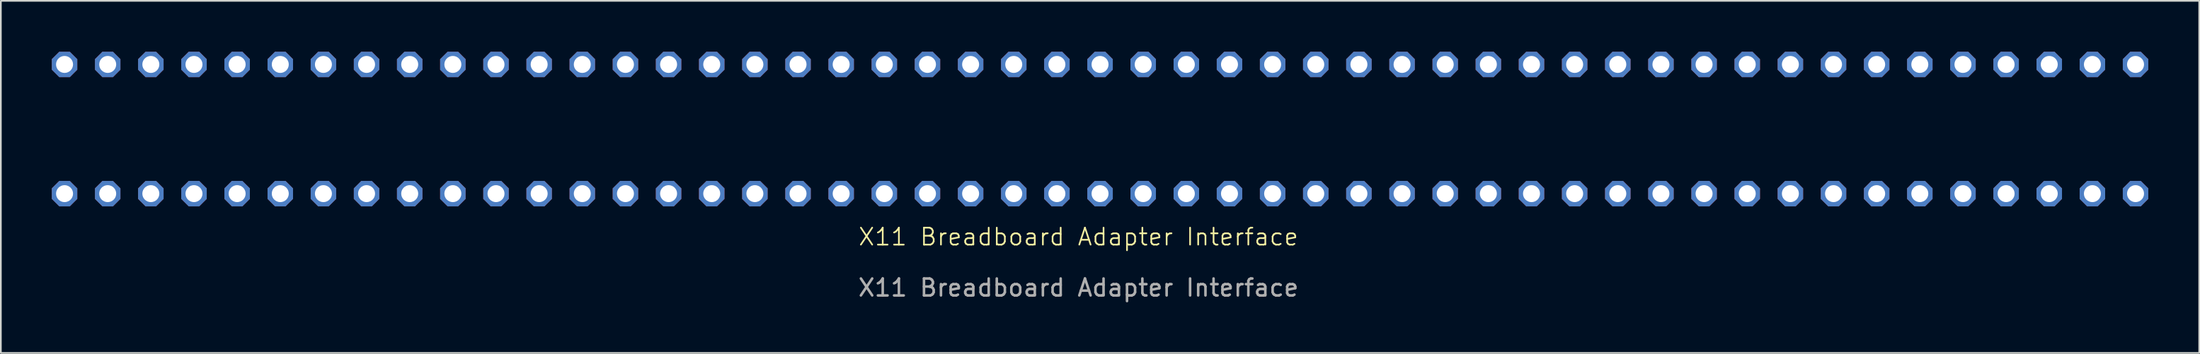
<source format=kicad_pcb>
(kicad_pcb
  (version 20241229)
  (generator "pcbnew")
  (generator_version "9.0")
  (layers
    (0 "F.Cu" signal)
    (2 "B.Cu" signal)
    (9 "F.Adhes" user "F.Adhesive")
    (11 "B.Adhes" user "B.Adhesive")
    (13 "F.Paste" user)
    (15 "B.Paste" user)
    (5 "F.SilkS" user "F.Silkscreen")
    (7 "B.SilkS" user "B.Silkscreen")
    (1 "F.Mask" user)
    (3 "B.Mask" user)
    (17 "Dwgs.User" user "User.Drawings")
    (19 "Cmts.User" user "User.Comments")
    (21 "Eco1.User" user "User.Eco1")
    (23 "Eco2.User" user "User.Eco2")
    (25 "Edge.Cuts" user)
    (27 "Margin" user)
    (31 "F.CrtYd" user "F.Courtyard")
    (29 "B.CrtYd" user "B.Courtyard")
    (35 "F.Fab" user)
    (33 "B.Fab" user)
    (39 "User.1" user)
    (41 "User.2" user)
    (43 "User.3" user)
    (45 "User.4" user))
  (footprint "X11 Breadboard Adapter Interface"
    (layer "F.Cu")
    (at 60.44 2.02)
    (property "Reference" "X11 Breadboard Adapter Interface" (at 0 8.898 0) (unlocked yes) (layer "F.SilkS") (effects (font (size 1 1) (thickness 0.1))))
    (attr through_hole)
    (fp_text user "${REFERENCE}" (at 0 11.898 0) (unlocked yes) (layer "F.Fab") (effects (font (size 1 1) (thickness 0.15))))
    (pad "1" thru_hole roundrect (at 62.23 6.35 180) (size 1.5 1.5) (drill 1) (layers "*.Cu" "*.Mask") (roundrect_rratio 0.25) (chamfer_ratio 0.293) (chamfer top_left top_right bottom_left bottom_right))
    (pad "2" thru_hole roundrect (at 62.23 -1.27 180) (size 1.5 1.5) (drill 1) (layers "*.Cu" "*.Mask") (roundrect_rratio 0.25) (chamfer_ratio 0.293) (chamfer top_left top_right bottom_left bottom_right))
    (pad "3" thru_hole roundrect (at 59.69 6.35 180) (size 1.5 1.5) (drill 1) (layers "*.Cu" "*.Mask") (roundrect_rratio 0.25) (chamfer_ratio 0.293) (chamfer top_left top_right bottom_left bottom_right))
    (pad "4" thru_hole roundrect (at 59.69 -1.27 180) (size 1.5 1.5) (drill 1) (layers "*.Cu" "*.Mask") (roundrect_rratio 0.25) (chamfer_ratio 0.293) (chamfer top_left top_right bottom_left bottom_right))
    (pad "5" thru_hole roundrect (at 57.15 6.35 180) (size 1.5 1.5) (drill 1) (layers "*.Cu" "*.Mask") (roundrect_rratio 0.25) (chamfer_ratio 0.293) (chamfer top_left top_right bottom_left bottom_right))
    (pad "6" thru_hole roundrect (at 57.15 -1.27 180) (size 1.5 1.5) (drill 1) (layers "*.Cu" "*.Mask") (roundrect_rratio 0.25) (chamfer_ratio 0.293) (chamfer top_left top_right bottom_left bottom_right))
    (pad "7" thru_hole roundrect (at 54.61 6.35 180) (size 1.5 1.5) (drill 1) (layers "*.Cu" "*.Mask") (roundrect_rratio 0.25) (chamfer_ratio 0.293) (chamfer top_left top_right bottom_left bottom_right))
    (pad "8" thru_hole roundrect (at 54.61 -1.27 180) (size 1.5 1.5) (drill 1) (layers "*.Cu" "*.Mask") (roundrect_rratio 0.25) (chamfer_ratio 0.293) (chamfer top_left top_right bottom_left bottom_right))
    (pad "9" thru_hole roundrect (at 52.07 6.35 180) (size 1.5 1.5) (drill 1) (layers "*.Cu" "*.Mask") (roundrect_rratio 0.25) (chamfer_ratio 0.293) (chamfer top_left top_right bottom_left bottom_right))
    (pad "10" thru_hole roundrect (at 52.07 -1.27 180) (size 1.5 1.5) (drill 1) (layers "*.Cu" "*.Mask") (roundrect_rratio 0.25) (chamfer_ratio 0.293) (chamfer top_left top_right bottom_left bottom_right))
    (pad "11" thru_hole roundrect (at 49.53 6.35 180) (size 1.5 1.5) (drill 1) (layers "*.Cu" "*.Mask") (roundrect_rratio 0.25) (chamfer_ratio 0.293) (chamfer top_left top_right bottom_left bottom_right))
    (pad "12" thru_hole roundrect (at 49.53 -1.27 180) (size 1.5 1.5) (drill 1) (layers "*.Cu" "*.Mask") (roundrect_rratio 0.25) (chamfer_ratio 0.293) (chamfer top_left top_right bottom_left bottom_right))
    (pad "13" thru_hole roundrect (at 46.99 6.35 180) (size 1.5 1.5) (drill 1) (layers "*.Cu" "*.Mask") (roundrect_rratio 0.25) (chamfer_ratio 0.293) (chamfer top_left top_right bottom_left bottom_right))
    (pad "14" thru_hole roundrect (at 46.99 -1.27 180) (size 1.5 1.5) (drill 1) (layers "*.Cu" "*.Mask") (roundrect_rratio 0.25) (chamfer_ratio 0.293) (chamfer top_left top_right bottom_left bottom_right))
    (pad "15" thru_hole roundrect (at 44.45 6.35 180) (size 1.5 1.5) (drill 1) (layers "*.Cu" "*.Mask") (roundrect_rratio 0.25) (chamfer_ratio 0.293) (chamfer top_left top_right bottom_left bottom_right))
    (pad "16" thru_hole roundrect (at 44.45 -1.27 180) (size 1.5 1.5) (drill 1) (layers "*.Cu" "*.Mask") (roundrect_rratio 0.25) (chamfer_ratio 0.293) (chamfer top_left top_right bottom_left bottom_right))
    (pad "17" thru_hole roundrect (at 41.91 6.35 180) (size 1.5 1.5) (drill 1) (layers "*.Cu" "*.Mask") (roundrect_rratio 0.25) (chamfer_ratio 0.293) (chamfer top_left top_right bottom_left bottom_right))
    (pad "18" thru_hole roundrect (at 41.91 -1.27 180) (size 1.5 1.5) (drill 1) (layers "*.Cu" "*.Mask") (roundrect_rratio 0.25) (chamfer_ratio 0.293) (chamfer top_left top_right bottom_left bottom_right))
    (pad "19" thru_hole roundrect (at 39.37 6.35 180) (size 1.5 1.5) (drill 1) (layers "*.Cu" "*.Mask") (roundrect_rratio 0.25) (chamfer_ratio 0.293) (chamfer top_left top_right bottom_left bottom_right))
    (pad "20" thru_hole roundrect (at 39.37 -1.27 180) (size 1.5 1.5) (drill 1) (layers "*.Cu" "*.Mask") (roundrect_rratio 0.25) (chamfer_ratio 0.293) (chamfer top_left top_right bottom_left bottom_right))
    (pad "21" thru_hole roundrect (at 36.83 6.35 180) (size 1.5 1.5) (drill 1) (layers "*.Cu" "*.Mask") (roundrect_rratio 0.25) (chamfer_ratio 0.293) (chamfer top_left top_right bottom_left bottom_right))
    (pad "22" thru_hole roundrect (at 36.83 -1.27 180) (size 1.5 1.5) (drill 1) (layers "*.Cu" "*.Mask") (roundrect_rratio 0.25) (chamfer_ratio 0.293) (chamfer top_left top_right bottom_left bottom_right))
    (pad "23" thru_hole roundrect (at 34.29 6.35 180) (size 1.5 1.5) (drill 1) (layers "*.Cu" "*.Mask") (roundrect_rratio 0.25) (chamfer_ratio 0.293) (chamfer top_left top_right bottom_left bottom_right))
    (pad "24" thru_hole roundrect (at 34.29 -1.27 180) (size 1.5 1.5) (drill 1) (layers "*.Cu" "*.Mask") (roundrect_rratio 0.25) (chamfer_ratio 0.293) (chamfer top_left top_right bottom_left bottom_right))
    (pad "25" thru_hole roundrect (at 31.75 6.35 180) (size 1.5 1.5) (drill 1) (layers "*.Cu" "*.Mask") (roundrect_rratio 0.25) (chamfer_ratio 0.293) (chamfer top_left top_right bottom_left bottom_right))
    (pad "26" thru_hole roundrect (at 31.75 -1.27 180) (size 1.5 1.5) (drill 1) (layers "*.Cu" "*.Mask") (roundrect_rratio 0.25) (chamfer_ratio 0.293) (chamfer top_left top_right bottom_left bottom_right))
    (pad "27" thru_hole roundrect (at 29.21 6.35 180) (size 1.5 1.5) (drill 1) (layers "*.Cu" "*.Mask") (roundrect_rratio 0.25) (chamfer_ratio 0.293) (chamfer top_left top_right bottom_left bottom_right))
    (pad "28" thru_hole roundrect (at 29.21 -1.27 180) (size 1.5 1.5) (drill 1) (layers "*.Cu" "*.Mask") (roundrect_rratio 0.25) (chamfer_ratio 0.293) (chamfer top_left top_right bottom_left bottom_right))
    (pad "29" thru_hole roundrect (at 26.67 6.35 180) (size 1.5 1.5) (drill 1) (layers "*.Cu" "*.Mask") (roundrect_rratio 0.25) (chamfer_ratio 0.293) (chamfer top_left top_right bottom_left bottom_right))
    (pad "30" thru_hole roundrect (at 26.67 -1.27 180) (size 1.5 1.5) (drill 1) (layers "*.Cu" "*.Mask") (roundrect_rratio 0.25) (chamfer_ratio 0.293) (chamfer top_left top_right bottom_left bottom_right))
    (pad "31" thru_hole roundrect (at 24.13 6.35 180) (size 1.5 1.5) (drill 1) (layers "*.Cu" "*.Mask") (roundrect_rratio 0.25) (chamfer_ratio 0.293) (chamfer top_left top_right bottom_left bottom_right))
    (pad "32" thru_hole roundrect (at 24.13 -1.27 180) (size 1.5 1.5) (drill 1) (layers "*.Cu" "*.Mask") (roundrect_rratio 0.25) (chamfer_ratio 0.293) (chamfer top_left top_right bottom_left bottom_right))
    (pad "33" thru_hole roundrect (at 21.59 6.35 180) (size 1.5 1.5) (drill 1) (layers "*.Cu" "*.Mask") (roundrect_rratio 0.25) (chamfer_ratio 0.293) (chamfer top_left top_right bottom_left bottom_right))
    (pad "34" thru_hole roundrect (at 21.59 -1.27 180) (size 1.5 1.5) (drill 1) (layers "*.Cu" "*.Mask") (roundrect_rratio 0.25) (chamfer_ratio 0.293) (chamfer top_left top_right bottom_left bottom_right))
    (pad "35" thru_hole roundrect (at 19.05 6.35 180) (size 1.5 1.5) (drill 1) (layers "*.Cu" "*.Mask") (roundrect_rratio 0.25) (chamfer_ratio 0.293) (chamfer top_left top_right bottom_left bottom_right))
    (pad "36" thru_hole roundrect (at 19.05 -1.27 180) (size 1.5 1.5) (drill 1) (layers "*.Cu" "*.Mask") (roundrect_rratio 0.25) (chamfer_ratio 0.293) (chamfer top_left top_right bottom_left bottom_right))
    (pad "37" thru_hole roundrect (at 16.51 6.35 180) (size 1.5 1.5) (drill 1) (layers "*.Cu" "*.Mask") (roundrect_rratio 0.25) (chamfer_ratio 0.293) (chamfer top_left top_right bottom_left bottom_right))
    (pad "38" thru_hole roundrect (at 16.51 -1.27 180) (size 1.5 1.5) (drill 1) (layers "*.Cu" "*.Mask") (roundrect_rratio 0.25) (chamfer_ratio 0.293) (chamfer top_left top_right bottom_left bottom_right))
    (pad "39" thru_hole roundrect (at 13.97 6.35 180) (size 1.5 1.5) (drill 1) (layers "*.Cu" "*.Mask") (roundrect_rratio 0.25) (chamfer_ratio 0.293) (chamfer top_left top_right bottom_left bottom_right))
    (pad "40" thru_hole roundrect (at 13.97 -1.27 180) (size 1.5 1.5) (drill 1) (layers "*.Cu" "*.Mask") (roundrect_rratio 0.25) (chamfer_ratio 0.293) (chamfer top_left top_right bottom_left bottom_right))
    (pad "41" thru_hole roundrect (at 11.43 6.35 180) (size 1.5 1.5) (drill 1) (layers "*.Cu" "*.Mask") (roundrect_rratio 0.25) (chamfer_ratio 0.293) (chamfer top_left top_right bottom_left bottom_right))
    (pad "42" thru_hole roundrect (at 11.43 -1.27 180) (size 1.5 1.5) (drill 1) (layers "*.Cu" "*.Mask") (roundrect_rratio 0.25) (chamfer_ratio 0.293) (chamfer top_left top_right bottom_left bottom_right))
    (pad "43" thru_hole roundrect (at 8.89 6.35 180) (size 1.5 1.5) (drill 1) (layers "*.Cu" "*.Mask") (roundrect_rratio 0.25) (chamfer_ratio 0.293) (chamfer top_left top_right bottom_left bottom_right))
    (pad "44" thru_hole roundrect (at 8.89 -1.27 180) (size 1.5 1.5) (drill 1) (layers "*.Cu" "*.Mask") (roundrect_rratio 0.25) (chamfer_ratio 0.293) (chamfer top_left top_right bottom_left bottom_right))
    (pad "45" thru_hole roundrect (at 6.35 6.35 180) (size 1.5 1.5) (drill 1) (layers "*.Cu" "*.Mask") (roundrect_rratio 0.25) (chamfer_ratio 0.293) (chamfer top_left top_right bottom_left bottom_right))
    (pad "46" thru_hole roundrect (at 6.35 -1.27 180) (size 1.5 1.5) (drill 1) (layers "*.Cu" "*.Mask") (roundrect_rratio 0.25) (chamfer_ratio 0.293) (chamfer top_left top_right bottom_left bottom_right))
    (pad "47" thru_hole roundrect (at 3.81 6.35 180) (size 1.5 1.5) (drill 1) (layers "*.Cu" "*.Mask") (roundrect_rratio 0.25) (chamfer_ratio 0.293) (chamfer top_left top_right bottom_left bottom_right))
    (pad "48" thru_hole roundrect (at 3.81 -1.27 180) (size 1.5 1.5) (drill 1) (layers "*.Cu" "*.Mask") (roundrect_rratio 0.25) (chamfer_ratio 0.293) (chamfer top_left top_right bottom_left bottom_right))
    (pad "49" thru_hole roundrect (at 1.27 6.35 180) (size 1.5 1.5) (drill 1) (layers "*.Cu" "*.Mask") (roundrect_rratio 0.25) (chamfer_ratio 0.293) (chamfer top_left top_right bottom_left bottom_right))
    (pad "50" thru_hole roundrect (at 1.27 -1.27 180) (size 1.5 1.5) (drill 1) (layers "*.Cu" "*.Mask") (roundrect_rratio 0.25) (chamfer_ratio 0.293) (chamfer top_left top_right bottom_left bottom_right))
    (pad "51" thru_hole roundrect (at -1.27 6.35 180) (size 1.5 1.5) (drill 1) (layers "*.Cu" "*.Mask") (roundrect_rratio 0.25) (chamfer_ratio 0.293) (chamfer top_left top_right bottom_left bottom_right))
    (pad "52" thru_hole roundrect (at -1.27 -1.27 180) (size 1.5 1.5) (drill 1) (layers "*.Cu" "*.Mask") (roundrect_rratio 0.25) (chamfer_ratio 0.293) (chamfer top_left top_right bottom_left bottom_right))
    (pad "53" thru_hole roundrect (at -3.81 6.35 180) (size 1.5 1.5) (drill 1) (layers "*.Cu" "*.Mask") (roundrect_rratio 0.25) (chamfer_ratio 0.293) (chamfer top_left top_right bottom_left bottom_right))
    (pad "54" thru_hole roundrect (at -3.81 -1.27 180) (size 1.5 1.5) (drill 1) (layers "*.Cu" "*.Mask") (roundrect_rratio 0.25) (chamfer_ratio 0.293) (chamfer top_left top_right bottom_left bottom_right))
    (pad "55" thru_hole roundrect (at -6.35 6.35 180) (size 1.5 1.5) (drill 1) (layers "*.Cu" "*.Mask") (roundrect_rratio 0.25) (chamfer_ratio 0.293) (chamfer top_left top_right bottom_left bottom_right))
    (pad "56" thru_hole roundrect (at -6.35 -1.27 180) (size 1.5 1.5) (drill 1) (layers "*.Cu" "*.Mask") (roundrect_rratio 0.25) (chamfer_ratio 0.293) (chamfer top_left top_right bottom_left bottom_right))
    (pad "57" thru_hole roundrect (at -8.89 6.35 180) (size 1.5 1.5) (drill 1) (layers "*.Cu" "*.Mask") (roundrect_rratio 0.25) (chamfer_ratio 0.293) (chamfer top_left top_right bottom_left bottom_right))
    (pad "58" thru_hole roundrect (at -8.89 -1.27 180) (size 1.5 1.5) (drill 1) (layers "*.Cu" "*.Mask") (roundrect_rratio 0.25) (chamfer_ratio 0.293) (chamfer top_left top_right bottom_left bottom_right))
    (pad "59" thru_hole roundrect (at -11.43 6.35 180) (size 1.5 1.5) (drill 1) (layers "*.Cu" "*.Mask") (roundrect_rratio 0.25) (chamfer_ratio 0.293) (chamfer top_left top_right bottom_left bottom_right))
    (pad "60" thru_hole roundrect (at -11.43 -1.27 180) (size 1.5 1.5) (drill 1) (layers "*.Cu" "*.Mask") (roundrect_rratio 0.25) (chamfer_ratio 0.293) (chamfer top_left top_right bottom_left bottom_right))
    (pad "61" thru_hole roundrect (at -13.97 6.35 180) (size 1.5 1.5) (drill 1) (layers "*.Cu" "*.Mask") (roundrect_rratio 0.25) (chamfer_ratio 0.293) (chamfer top_left top_right bottom_left bottom_right))
    (pad "62" thru_hole roundrect (at -13.97 -1.27 180) (size 1.5 1.5) (drill 1) (layers "*.Cu" "*.Mask") (roundrect_rratio 0.25) (chamfer_ratio 0.293) (chamfer top_left top_right bottom_left bottom_right))
    (pad "63" thru_hole roundrect (at -16.51 6.35 180) (size 1.5 1.5) (drill 1) (layers "*.Cu" "*.Mask") (roundrect_rratio 0.25) (chamfer_ratio 0.293) (chamfer top_left top_right bottom_left bottom_right))
    (pad "64" thru_hole roundrect (at -16.51 -1.27 180) (size 1.5 1.5) (drill 1) (layers "*.Cu" "*.Mask") (roundrect_rratio 0.25) (chamfer_ratio 0.293) (chamfer top_left top_right bottom_left bottom_right))
    (pad "65" thru_hole roundrect (at -19.05 6.35 180) (size 1.5 1.5) (drill 1) (layers "*.Cu" "*.Mask") (roundrect_rratio 0.25) (chamfer_ratio 0.293) (chamfer top_left top_right bottom_left bottom_right))
    (pad "66" thru_hole roundrect (at -19.05 -1.27 180) (size 1.5 1.5) (drill 1) (layers "*.Cu" "*.Mask") (roundrect_rratio 0.25) (chamfer_ratio 0.293) (chamfer top_left top_right bottom_left bottom_right))
    (pad "67" thru_hole roundrect (at -21.59 6.35 180) (size 1.5 1.5) (drill 1) (layers "*.Cu" "*.Mask") (roundrect_rratio 0.25) (chamfer_ratio 0.293) (chamfer top_left top_right bottom_left bottom_right))
    (pad "68" thru_hole roundrect (at -21.59 -1.27 180) (size 1.5 1.5) (drill 1) (layers "*.Cu" "*.Mask") (roundrect_rratio 0.25) (chamfer_ratio 0.293) (chamfer top_left top_right bottom_left bottom_right))
    (pad "69" thru_hole roundrect (at -24.13 6.35 180) (size 1.5 1.5) (drill 1) (layers "*.Cu" "*.Mask") (roundrect_rratio 0.25) (chamfer_ratio 0.293) (chamfer top_left top_right bottom_left bottom_right))
    (pad "70" thru_hole roundrect (at -24.13 -1.27 180) (size 1.5 1.5) (drill 1) (layers "*.Cu" "*.Mask") (roundrect_rratio 0.25) (chamfer_ratio 0.293) (chamfer top_left top_right bottom_left bottom_right))
    (pad "71" thru_hole roundrect (at -26.67 6.35 180) (size 1.5 1.5) (drill 1) (layers "*.Cu" "*.Mask") (roundrect_rratio 0.25) (chamfer_ratio 0.293) (chamfer top_left top_right bottom_left bottom_right))
    (pad "72" thru_hole roundrect (at -26.67 -1.27 180) (size 1.5 1.5) (drill 1) (layers "*.Cu" "*.Mask") (roundrect_rratio 0.25) (chamfer_ratio 0.293) (chamfer top_left top_right bottom_left bottom_right))
    (pad "73" thru_hole roundrect (at -29.21 6.35 180) (size 1.5 1.5) (drill 1) (layers "*.Cu" "*.Mask") (roundrect_rratio 0.25) (chamfer_ratio 0.293) (chamfer top_left top_right bottom_left bottom_right))
    (pad "74" thru_hole roundrect (at -29.21 -1.27 180) (size 1.5 1.5) (drill 1) (layers "*.Cu" "*.Mask") (roundrect_rratio 0.25) (chamfer_ratio 0.293) (chamfer top_left top_right bottom_left bottom_right))
    (pad "75" thru_hole roundrect (at -31.75 6.35 180) (size 1.5 1.5) (drill 1) (layers "*.Cu" "*.Mask") (roundrect_rratio 0.25) (chamfer_ratio 0.293) (chamfer top_left top_right bottom_left bottom_right))
    (pad "76" thru_hole roundrect (at -31.75 -1.27 180) (size 1.5 1.5) (drill 1) (layers "*.Cu" "*.Mask") (roundrect_rratio 0.25) (chamfer_ratio 0.293) (chamfer top_left top_right bottom_left bottom_right))
    (pad "77" thru_hole roundrect (at -34.29 6.35 180) (size 1.5 1.5) (drill 1) (layers "*.Cu" "*.Mask") (roundrect_rratio 0.25) (chamfer_ratio 0.293) (chamfer top_left top_right bottom_left bottom_right))
    (pad "78" thru_hole roundrect (at -34.29 -1.27 180) (size 1.5 1.5) (drill 1) (layers "*.Cu" "*.Mask") (roundrect_rratio 0.25) (chamfer_ratio 0.293) (chamfer top_left top_right bottom_left bottom_right))
    (pad "79" thru_hole roundrect (at -36.83 6.35 180) (size 1.5 1.5) (drill 1) (layers "*.Cu" "*.Mask") (roundrect_rratio 0.25) (chamfer_ratio 0.293) (chamfer top_left top_right bottom_left bottom_right))
    (pad "80" thru_hole roundrect (at -36.83 -1.27 180) (size 1.5 1.5) (drill 1) (layers "*.Cu" "*.Mask") (roundrect_rratio 0.25) (chamfer_ratio 0.293) (chamfer top_left top_right bottom_left bottom_right))
    (pad "81" thru_hole roundrect (at -39.37 6.35 180) (size 1.5 1.5) (drill 1) (layers "*.Cu" "*.Mask") (roundrect_rratio 0.25) (chamfer_ratio 0.293) (chamfer top_left top_right bottom_left bottom_right))
    (pad "82" thru_hole roundrect (at -39.37 -1.27 180) (size 1.5 1.5) (drill 1) (layers "*.Cu" "*.Mask") (roundrect_rratio 0.25) (chamfer_ratio 0.293) (chamfer top_left top_right bottom_left bottom_right))
    (pad "83" thru_hole roundrect (at -41.91 6.35 180) (size 1.5 1.5) (drill 1) (layers "*.Cu" "*.Mask") (roundrect_rratio 0.25) (chamfer_ratio 0.293) (chamfer top_left top_right bottom_left bottom_right))
    (pad "84" thru_hole roundrect (at -41.91 -1.27 180) (size 1.5 1.5) (drill 1) (layers "*.Cu" "*.Mask") (roundrect_rratio 0.25) (chamfer_ratio 0.293) (chamfer top_left top_right bottom_left bottom_right))
    (pad "85" thru_hole roundrect (at -44.45 6.35 180) (size 1.5 1.5) (drill 1) (layers "*.Cu" "*.Mask") (roundrect_rratio 0.25) (chamfer_ratio 0.293) (chamfer top_left top_right bottom_left bottom_right))
    (pad "86" thru_hole roundrect (at -44.45 -1.27 180) (size 1.5 1.5) (drill 1) (layers "*.Cu" "*.Mask") (roundrect_rratio 0.25) (chamfer_ratio 0.293) (chamfer top_left top_right bottom_left bottom_right))
    (pad "87" thru_hole roundrect (at -46.99 6.35 180) (size 1.5 1.5) (drill 1) (layers "*.Cu" "*.Mask") (roundrect_rratio 0.25) (chamfer_ratio 0.293) (chamfer top_left top_right bottom_left bottom_right))
    (pad "88" thru_hole roundrect (at -46.99 -1.27 180) (size 1.5 1.5) (drill 1) (layers "*.Cu" "*.Mask") (roundrect_rratio 0.25) (chamfer_ratio 0.293) (chamfer top_left top_right bottom_left bottom_right))
    (pad "89" thru_hole roundrect (at -49.53 6.35 180) (size 1.5 1.5) (drill 1) (layers "*.Cu" "*.Mask") (roundrect_rratio 0.25) (chamfer_ratio 0.293) (chamfer top_left top_right bottom_left bottom_right))
    (pad "90" thru_hole roundrect (at -49.53 -1.27 180) (size 1.5 1.5) (drill 1) (layers "*.Cu" "*.Mask") (roundrect_rratio 0.25) (chamfer_ratio 0.293) (chamfer top_left top_right bottom_left bottom_right))
    (pad "91" thru_hole roundrect (at -52.07 6.35 180) (size 1.5 1.5) (drill 1) (layers "*.Cu" "*.Mask") (roundrect_rratio 0.25) (chamfer_ratio 0.293) (chamfer top_left top_right bottom_left bottom_right))
    (pad "92" thru_hole roundrect (at -52.07 -1.27 180) (size 1.5 1.5) (drill 1) (layers "*.Cu" "*.Mask") (roundrect_rratio 0.25) (chamfer_ratio 0.293) (chamfer top_left top_right bottom_left bottom_right))
    (pad "93" thru_hole roundrect (at -54.61 6.35 180) (size 1.5 1.5) (drill 1) (layers "*.Cu" "*.Mask") (roundrect_rratio 0.25) (chamfer_ratio 0.293) (chamfer top_left top_right bottom_left bottom_right))
    (pad "94" thru_hole roundrect (at -54.61 -1.27 180) (size 1.5 1.5) (drill 1) (layers "*.Cu" "*.Mask") (roundrect_rratio 0.25) (chamfer_ratio 0.293) (chamfer top_left top_right bottom_left bottom_right))
    (pad "95" thru_hole roundrect (at -57.15 6.35 180) (size 1.5 1.5) (drill 1) (layers "*.Cu" "*.Mask") (roundrect_rratio 0.25) (chamfer_ratio 0.293) (chamfer top_left top_right bottom_left bottom_right))
    (pad "96" thru_hole roundrect (at -57.15 -1.27 180) (size 1.5 1.5) (drill 1) (layers "*.Cu" "*.Mask") (roundrect_rratio 0.25) (chamfer_ratio 0.293) (chamfer top_left top_right bottom_left bottom_right))
    (pad "97" thru_hole roundrect (at -59.69 6.35 180) (size 1.5 1.5) (drill 1) (layers "*.Cu" "*.Mask") (roundrect_rratio 0.25) (chamfer_ratio 0.293) (chamfer top_left top_right bottom_left bottom_right))
    (pad "98" thru_hole roundrect (at -59.69 -1.27 180) (size 1.5 1.5) (drill 1) (layers "*.Cu" "*.Mask") (roundrect_rratio 0.25) (chamfer_ratio 0.293) (chamfer top_left top_right bottom_left bottom_right)))
  (gr_rect
    (start -3 -3)
    (end 126.42 17.766)
    (stroke (width 0.1) (type default))
    (fill no)
    (layer "Edge.Cuts")))
</source>
